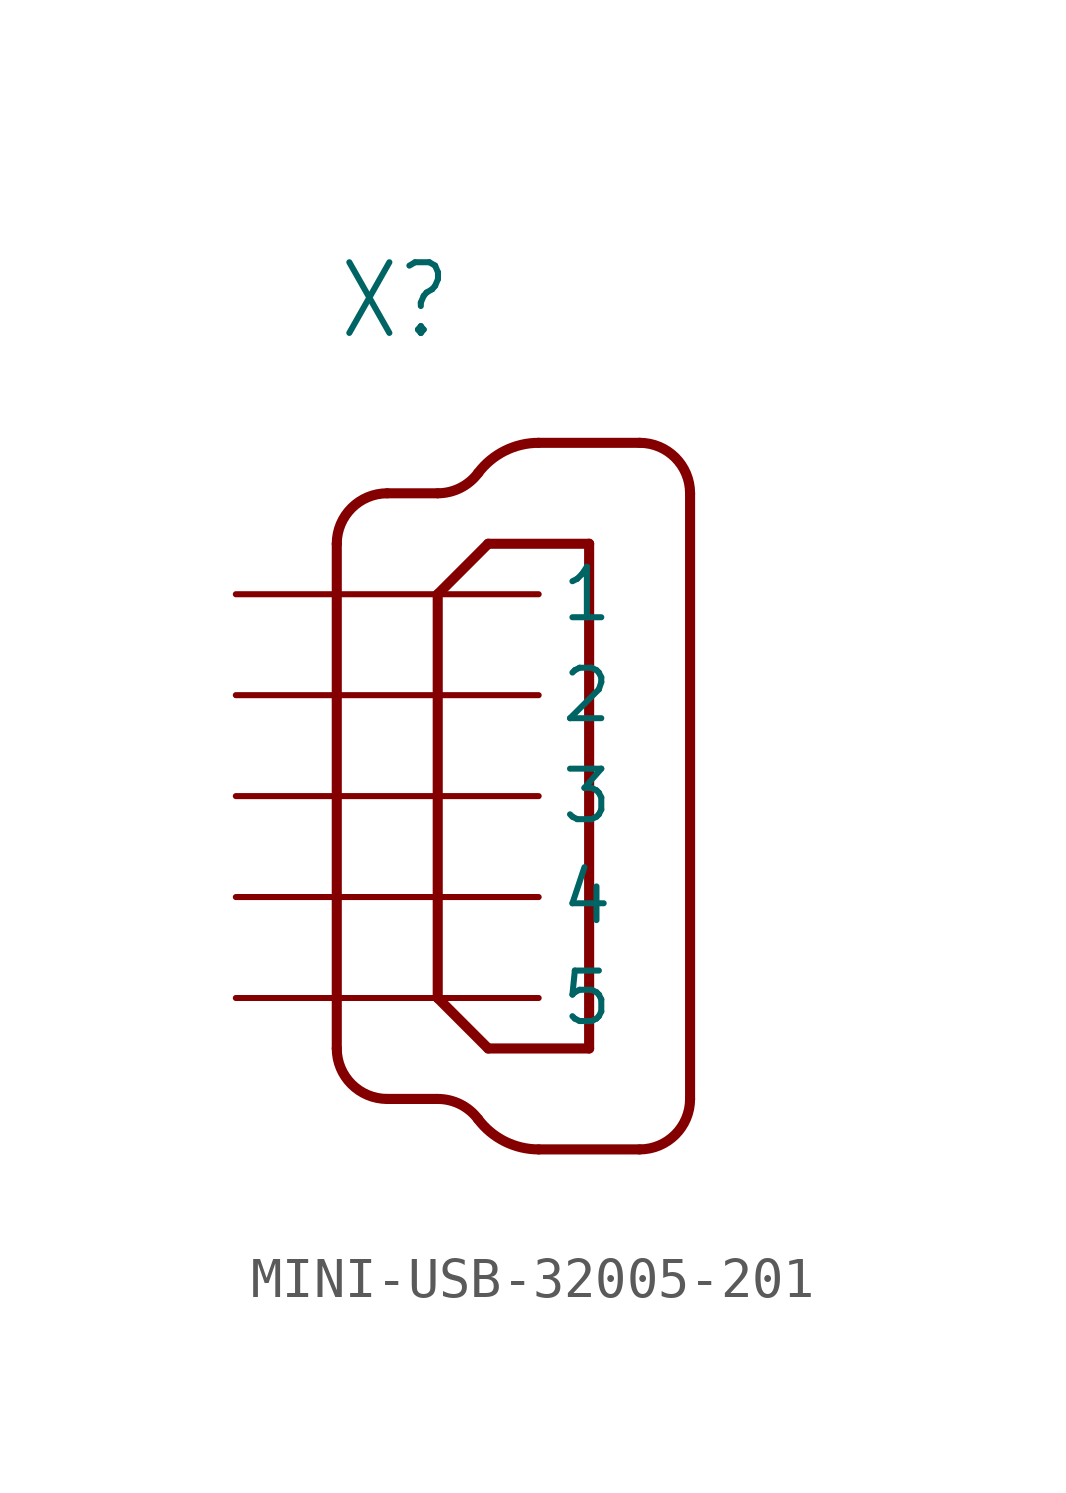
<source format=kicad_sym>
(kicad_symbol_lib
  (version 20220914)
  (generator kicad_symbol_editor)
  (symbol "MINI-USB-32005-201"
    (property "Reference" "X"
      (at -2.54 11.43 0)
      (effects (font (size 1.778 1.511)) (justify left bottom)))
    (property "Value" ""
      (at 10.16 -7.62 90)
      (effects (font (size 1.778 1.511)) (justify left bottom)))
    (property "ki_locked" ""
      (at 0 0 0)
      (effects (font (size 1.27 1.27))))
    (symbol "MINI-USB-32005-201_1_0"
      (arc (start -2.54 -6.35) (mid -2.168 -7.248) (end -1.27 -7.62) (stroke (width 0.254) (type solid)) (fill (type none)))
      (arc (start -1.27 7.62) (mid -2.168 7.248) (end -2.54 6.35) (stroke (width 0.254) (type solid)) (fill (type none)))
      (polyline (pts (xy -2.54 6.35) (xy -2.54 -6.35)) (stroke (width 0.254) (type solid)) (fill (type none)))
      (polyline (pts (xy -1.27 -7.62) (xy 0 -7.62)) (stroke (width 0.254) (type solid)) (fill (type none)))
      (polyline (pts (xy -1.27 7.62) (xy 0 7.62)) (stroke (width 0.254) (type solid)) (fill (type none)))
      (polyline (pts (xy 0 -5.08) (xy 1.27 -6.35)) (stroke (width 0.254) (type solid)) (fill (type none)))
      (polyline (pts (xy 0 5.08) (xy 0 -5.08)) (stroke (width 0.254) (type solid)) (fill (type none)))
      (polyline (pts (xy 1.27 -6.35) (xy 3.81 -6.35)) (stroke (width 0.254) (type solid)) (fill (type none)))
      (polyline (pts (xy 1.27 6.35) (xy 0 5.08)) (stroke (width 0.254) (type solid)) (fill (type none)))
      (polyline (pts (xy 2.54 -8.89) (xy 5.08 -8.89)) (stroke (width 0.254) (type solid)) (fill (type none)))
      (polyline (pts (xy 2.54 8.89) (xy 5.08 8.89)) (stroke (width 0.254) (type solid)) (fill (type none)))
      (polyline (pts (xy 3.81 -6.35) (xy 3.81 6.35)) (stroke (width 0.254) (type solid)) (fill (type none)))
      (polyline (pts (xy 3.81 6.35) (xy 1.27 6.35)) (stroke (width 0.254) (type solid)) (fill (type none)))
      (polyline (pts (xy 6.35 -7.62) (xy 6.35 7.62)) (stroke (width 0.254) (type solid)) (fill (type none)))
      (arc (start 0 7.62) (mid 0.568 7.7541) (end 1.016 8.128) (stroke (width 0.254) (type solid)) (fill (type none)))
      (arc (start 1.016 -8.128) (mid 0.568 -7.7541) (end 0 -7.62) (stroke (width 0.254) (type solid)) (fill (type none)))
      (arc (start 1.016 -8.128) (mid 1.6881 -8.6889) (end 2.5401 -8.89) (stroke (width 0.254) (type solid)) (fill (type none)))
      (arc (start 2.5401 8.89) (mid 1.6881 8.6889) (end 1.016 8.128) (stroke (width 0.254) (type solid)) (fill (type none)))
      (arc (start 5.08 -8.89) (mid 5.978 -8.518) (end 6.35 -7.62) (stroke (width 0.254) (type solid)) (fill (type none)))
      (arc (start 6.35 7.62) (mid 5.978 8.518) (end 5.08 8.89) (stroke (width 0.254) (type solid)) (fill (type none)))
      (pin passive line (at -5.08 5.08 0) (length 7.62) (name "1" (effects (font (size 1.27 1.27)))) (number "1" (effects (font (size 0 0)))))
      (pin passive line (at -5.08 2.54 0) (length 7.62) (name "2" (effects (font (size 1.27 1.27)))) (number "2" (effects (font (size 0 0)))))
      (pin passive line (at -5.08 0 0) (length 7.62) (name "3" (effects (font (size 1.27 1.27)))) (number "3" (effects (font (size 0 0)))))
      (pin passive line (at -5.08 -2.54 0) (length 7.62) (name "4" (effects (font (size 1.27 1.27)))) (number "4" (effects (font (size 0 0)))))
      (pin passive line (at -5.08 -5.08 0) (length 7.62) (name "5" (effects (font (size 1.27 1.27)))) (number "5" (effects (font (size 0 0))))))))
</source>
